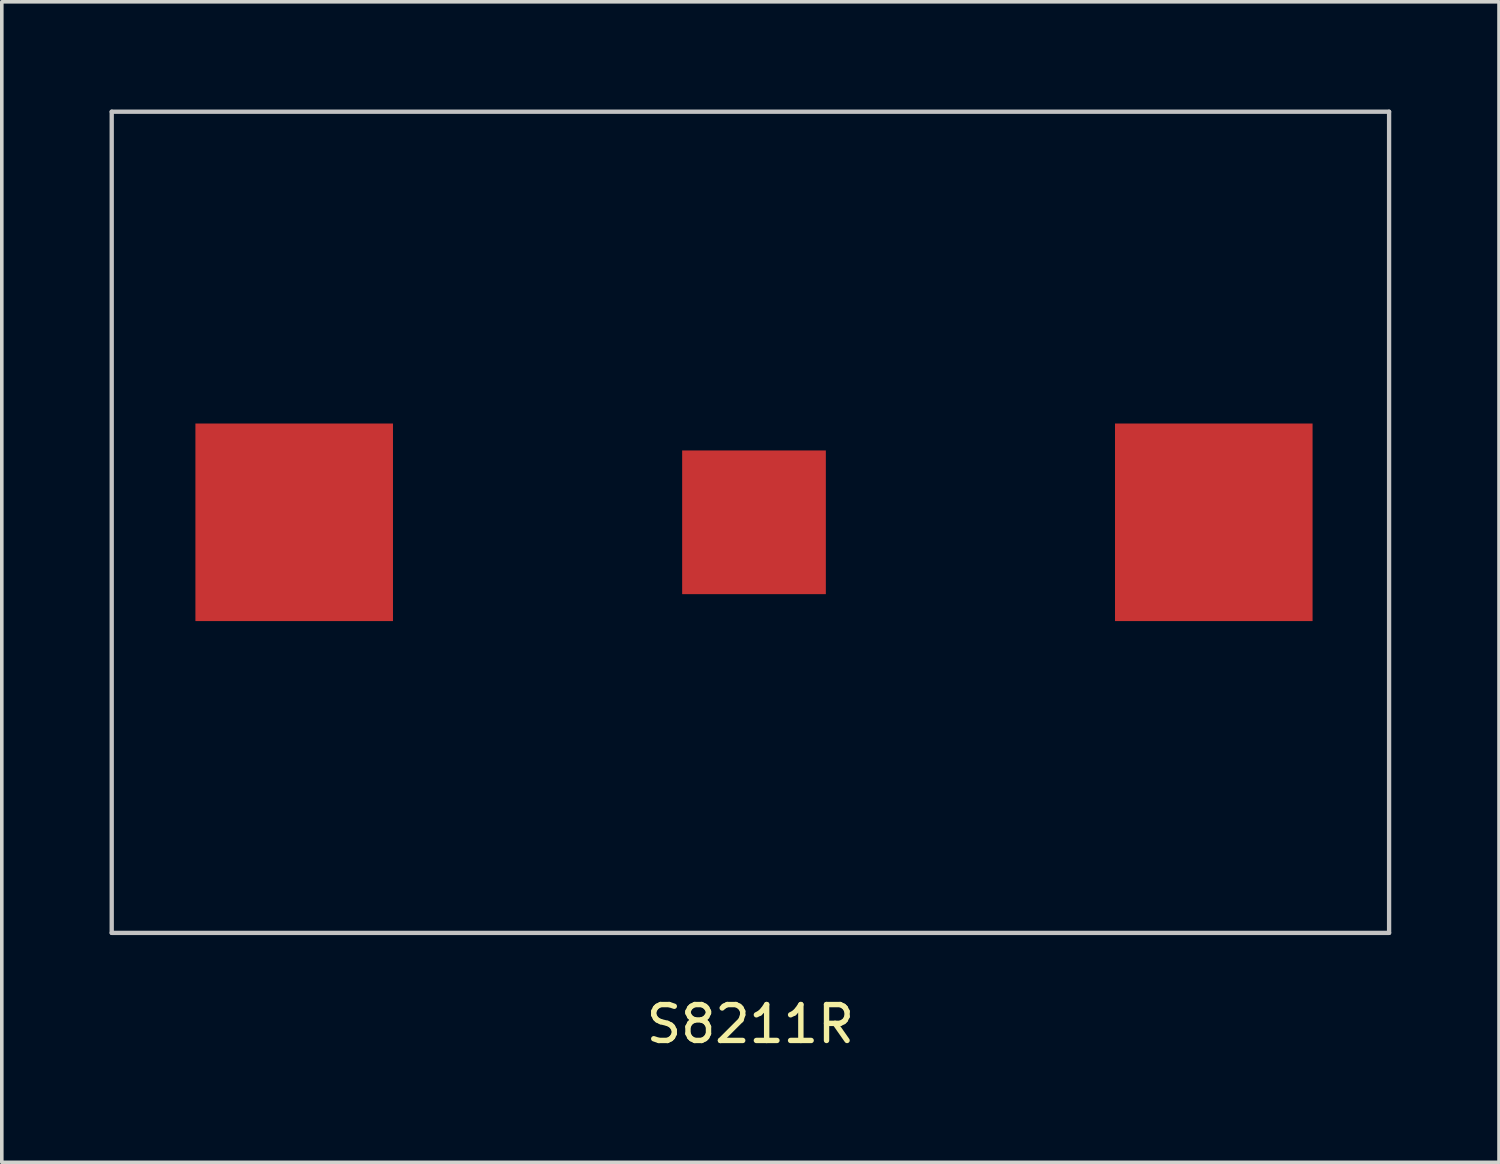
<source format=kicad_pcb>
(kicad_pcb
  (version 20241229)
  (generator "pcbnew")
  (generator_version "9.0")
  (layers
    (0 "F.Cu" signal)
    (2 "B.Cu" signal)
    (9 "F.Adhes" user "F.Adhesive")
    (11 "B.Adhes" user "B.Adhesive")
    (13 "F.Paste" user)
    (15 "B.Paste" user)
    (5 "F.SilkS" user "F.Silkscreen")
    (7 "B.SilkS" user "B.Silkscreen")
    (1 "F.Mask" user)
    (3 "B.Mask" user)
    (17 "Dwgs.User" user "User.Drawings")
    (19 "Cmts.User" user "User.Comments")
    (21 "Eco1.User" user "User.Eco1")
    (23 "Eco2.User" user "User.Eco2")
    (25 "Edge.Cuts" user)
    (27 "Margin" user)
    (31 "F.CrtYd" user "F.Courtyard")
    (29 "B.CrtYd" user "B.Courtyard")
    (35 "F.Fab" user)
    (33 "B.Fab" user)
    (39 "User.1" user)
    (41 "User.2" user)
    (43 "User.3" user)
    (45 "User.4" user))
  (footprint "S8211R"
    (layer "F.Cu")
    (at 5.14 11.49)
    (property "Reference" "S8211R" (at 12.7 13.97 0) (layer "F.SilkS") (effects (font (size 1 1) (thickness 0.15))))
    (attr through_hole)
    (fp_line (start -5.08 -11.43) (end -5.08 11.43) (stroke (width 0.12) (type solid)) (layer "Dwgs.User"))
    (fp_line (start -5.08 11.43) (end 30.48 11.43) (stroke (width 0.12) (type solid)) (layer "Dwgs.User"))
    (fp_line (start 30.48 -11.43) (end -5.08 -11.43) (stroke (width 0.12) (type solid)) (layer "Dwgs.User"))
    (fp_line (start 30.48 -11.43) (end 30.48 11.43) (stroke (width 0.12) (type solid)) (layer "Dwgs.User"))
    (pad "1" smd rect (at 0 0) (size 5.5 5.5) (layers "F.Cu" "F.Mask" "F.Paste"))
    (pad "2" smd rect (at 25.6 0) (size 5.5 5.5) (layers "F.Cu" "F.Mask" "F.Paste"))
    (pad "3" smd rect (at 12.8 0) (size 4 4) (layers "F.Cu" "F.Mask" "F.Paste")))
  (gr_rect
    (start -3 -3)
    (end 38.68 29.308)
    (stroke (width 0.1) (type default))
    (fill no)
    (layer "Edge.Cuts")))
</source>
